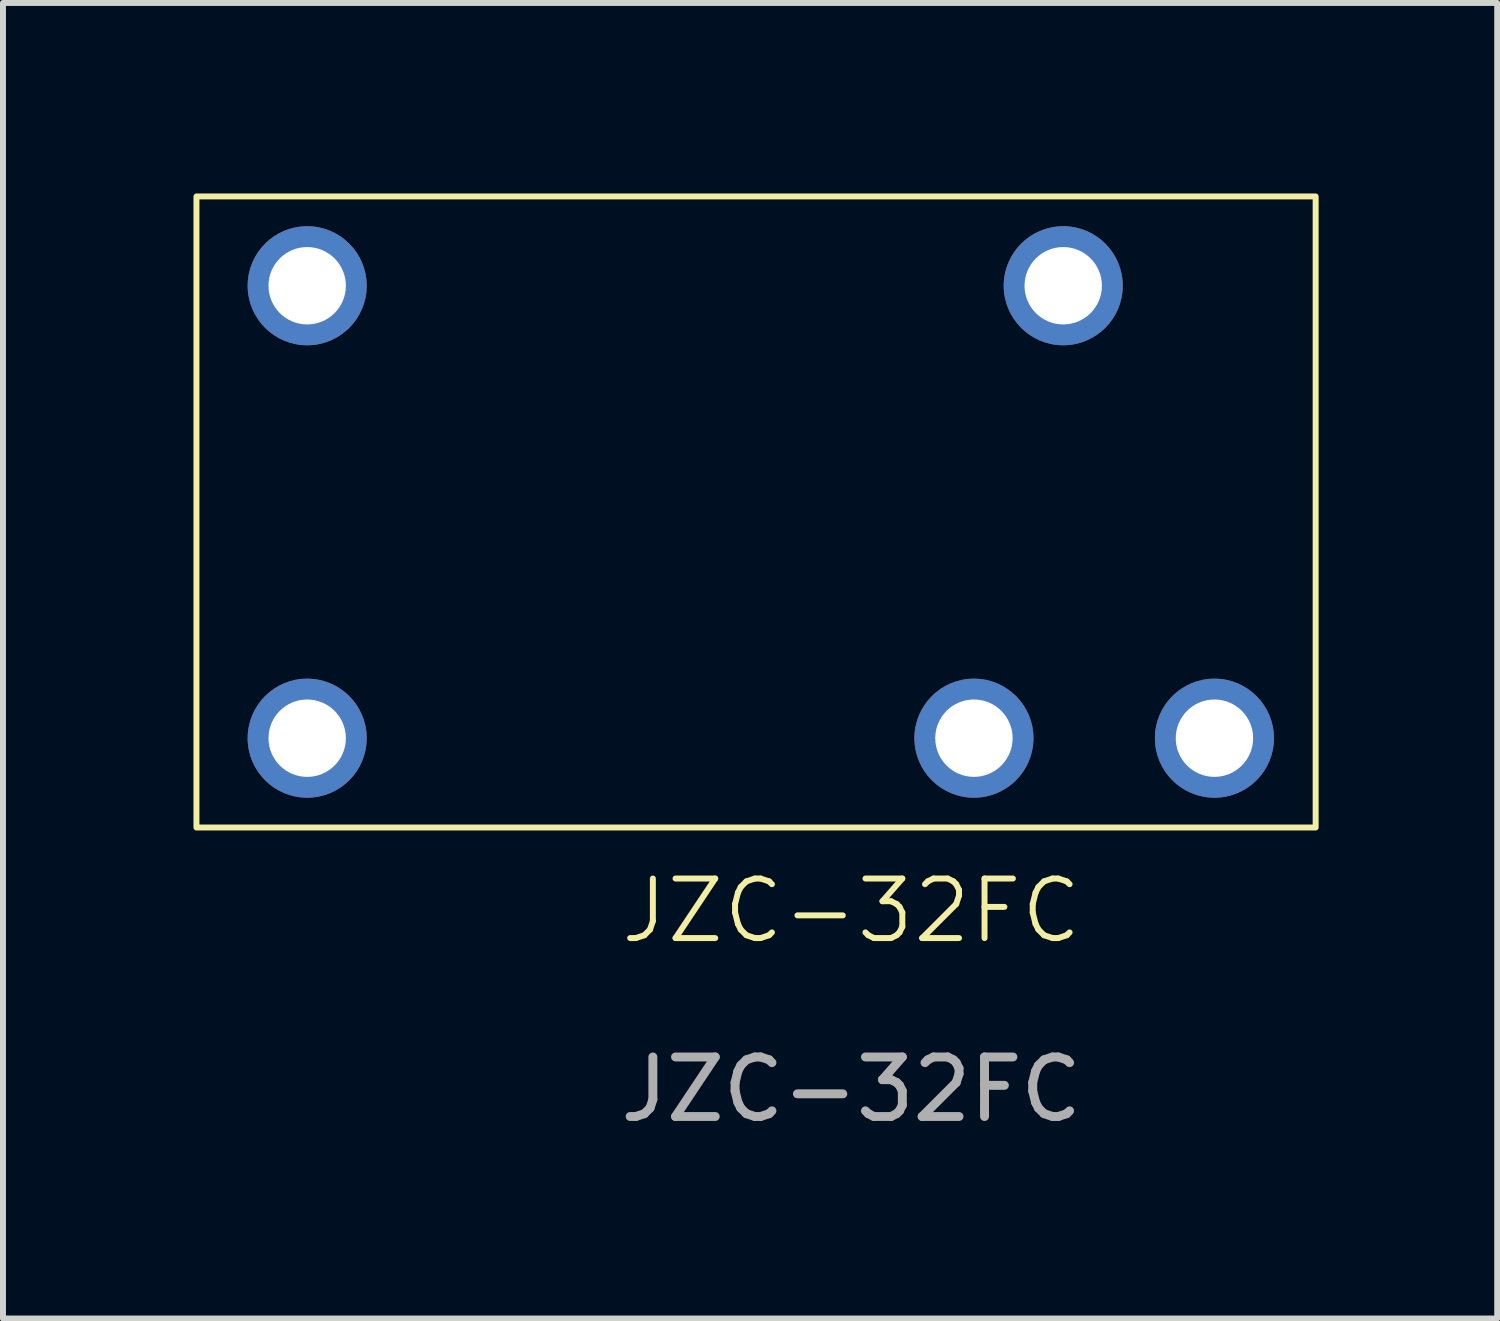
<source format=kicad_pcb>
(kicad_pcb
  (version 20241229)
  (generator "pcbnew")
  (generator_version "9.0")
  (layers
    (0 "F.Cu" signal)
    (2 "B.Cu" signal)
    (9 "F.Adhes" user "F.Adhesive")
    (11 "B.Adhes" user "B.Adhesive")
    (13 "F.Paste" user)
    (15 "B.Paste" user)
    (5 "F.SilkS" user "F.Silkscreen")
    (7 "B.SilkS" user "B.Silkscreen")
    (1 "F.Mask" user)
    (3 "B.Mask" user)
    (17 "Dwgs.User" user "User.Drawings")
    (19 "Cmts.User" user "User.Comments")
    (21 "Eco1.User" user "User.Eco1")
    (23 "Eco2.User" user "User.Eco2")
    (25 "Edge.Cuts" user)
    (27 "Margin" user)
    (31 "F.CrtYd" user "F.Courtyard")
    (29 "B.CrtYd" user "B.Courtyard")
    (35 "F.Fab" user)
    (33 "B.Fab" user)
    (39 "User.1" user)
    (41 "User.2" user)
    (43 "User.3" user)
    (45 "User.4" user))
  (footprint "JZC-32FC"
    (layer "F.Cu")
    (at 0.25 0.25)
    (property "Reference" "JZC-32FC" (at 11 12 0) (unlocked yes) (layer "F.SilkS") (effects (font (size 1 1) (thickness 0.1))))
    (attr through_hole)
    (fp_rect (start 0 0) (end 18.8 10.6) (stroke (width 0.1) (type default)) (fill no) (layer "F.SilkS"))
    (fp_text user "${REFERENCE}" (at 11 15 0) (unlocked yes) (layer "F.Fab") (effects (font (size 1 1) (thickness 0.15))))
    (pad "1" thru_hole circle (at 1.86 1.5) (size 2 2) (drill 1.3) (layers "*.Cu" "*.Mask"))
    (pad "2" thru_hole circle (at 1.86 9.1) (size 2 2) (drill 1.3) (layers "*.Cu" "*.Mask"))
    (pad "3" thru_hole circle (at 14.56 1.5) (size 2 2) (drill 1.3) (layers "*.Cu" "*.Mask"))
    (pad "4" thru_hole circle (at 13.06 9.1) (size 2 2) (drill 1.3) (layers "*.Cu" "*.Mask"))
    (pad "5" thru_hole circle (at 17.1 9.1) (size 2 2) (drill 1.3) (layers "*.Cu" "*.Mask")))
  (gr_rect
    (start -3 -3)
    (end 22.1 19.098)
    (stroke (width 0.1) (type default))
    (fill no)
    (layer "Edge.Cuts")))
</source>
